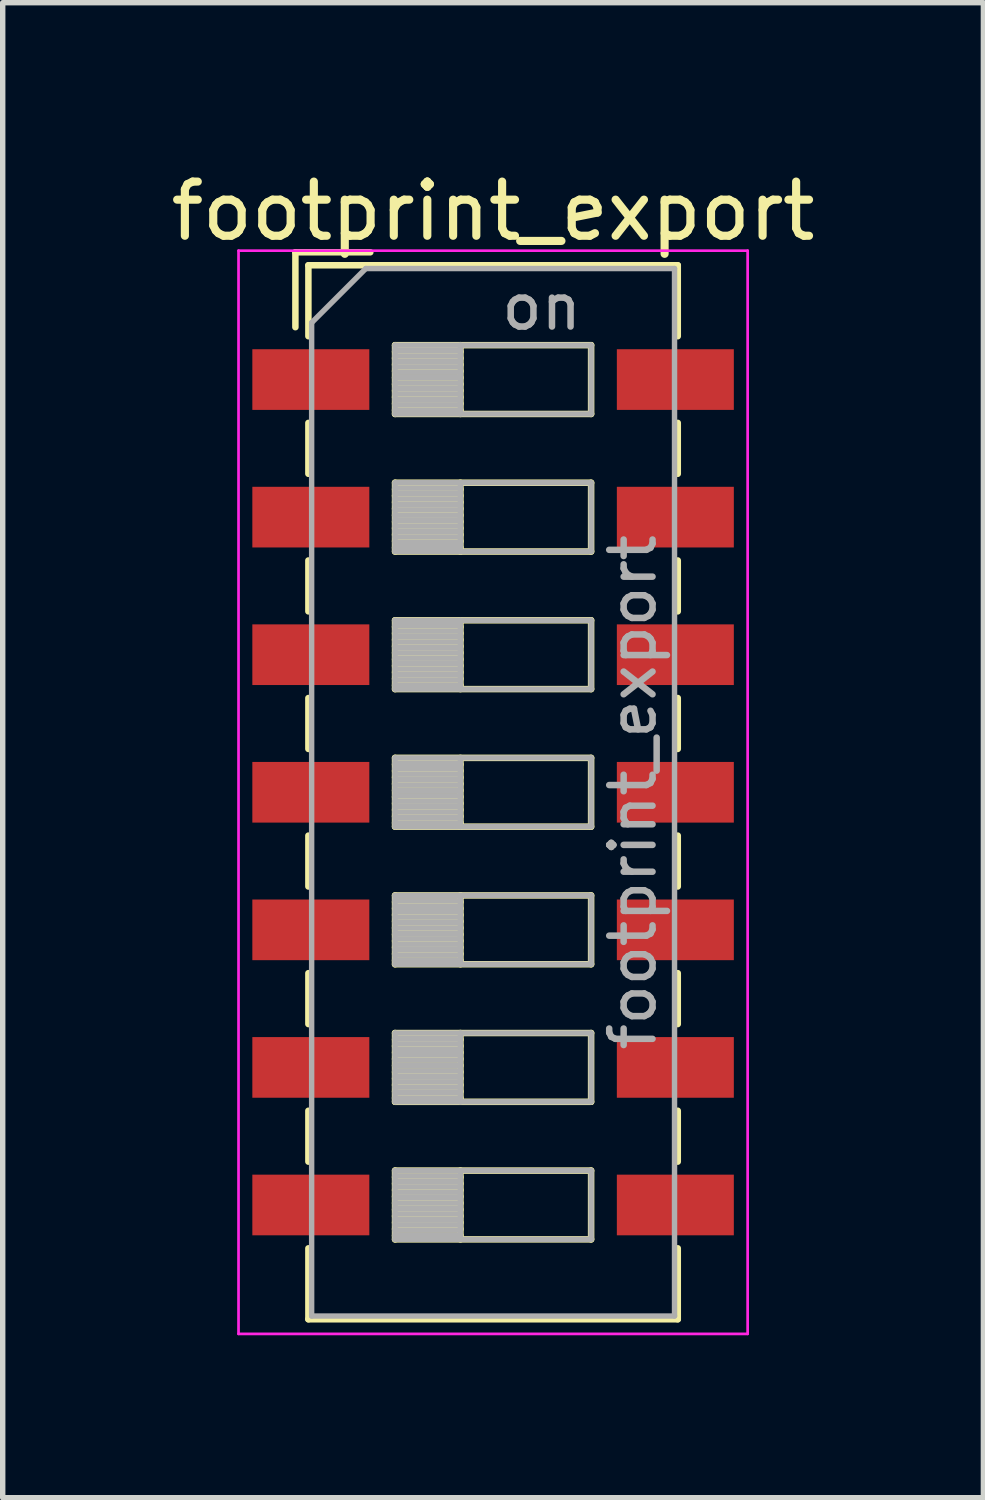
<source format=kicad_pcb>
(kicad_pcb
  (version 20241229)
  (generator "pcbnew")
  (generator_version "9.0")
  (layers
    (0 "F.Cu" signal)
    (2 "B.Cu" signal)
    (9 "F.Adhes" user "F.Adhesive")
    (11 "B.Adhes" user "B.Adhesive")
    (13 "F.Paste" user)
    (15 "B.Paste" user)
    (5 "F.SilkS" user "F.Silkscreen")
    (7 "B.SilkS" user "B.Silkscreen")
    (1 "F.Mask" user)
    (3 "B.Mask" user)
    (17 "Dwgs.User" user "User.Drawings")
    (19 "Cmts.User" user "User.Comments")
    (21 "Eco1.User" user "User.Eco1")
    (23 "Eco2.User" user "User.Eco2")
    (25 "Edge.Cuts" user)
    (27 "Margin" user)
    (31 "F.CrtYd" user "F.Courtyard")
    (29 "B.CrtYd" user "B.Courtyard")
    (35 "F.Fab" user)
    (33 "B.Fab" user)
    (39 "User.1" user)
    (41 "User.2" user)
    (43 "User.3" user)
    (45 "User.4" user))
  (footprint "footprint_export"
    (layer "F.Cu")
    (at 6.054 11.578)
    (property "Reference" "footprint_export" (at 0 -10.73 0) (layer "F.SilkS") (effects (font (size 1 1) (thickness 0.15))))
    (attr smd)
    (fp_line (start -3.65 -9.97) (end -3.65 -8.587) (stroke (width 0.12) (type solid)) (layer "F.SilkS"))
    (fp_line (start -3.65 -9.97) (end -2.267 -9.97) (stroke (width 0.12) (type solid)) (layer "F.SilkS"))
    (fp_line (start -3.41 -9.73) (end -3.41 -8.42) (stroke (width 0.12) (type solid)) (layer "F.SilkS"))
    (fp_line (start -3.41 -9.73) (end 3.41 -9.73) (stroke (width 0.12) (type solid)) (layer "F.SilkS"))
    (fp_line (start -3.41 -6.82) (end -3.41 -5.88) (stroke (width 0.12) (type solid)) (layer "F.SilkS"))
    (fp_line (start -3.41 -4.28) (end -3.41 -3.34) (stroke (width 0.12) (type solid)) (layer "F.SilkS"))
    (fp_line (start -3.41 -1.74) (end -3.41 -0.8) (stroke (width 0.12) (type solid)) (layer "F.SilkS"))
    (fp_line (start -3.41 0.8) (end -3.41 1.74) (stroke (width 0.12) (type solid)) (layer "F.SilkS"))
    (fp_line (start -3.41 3.34) (end -3.41 4.28) (stroke (width 0.12) (type solid)) (layer "F.SilkS"))
    (fp_line (start -3.41 5.88) (end -3.41 6.82) (stroke (width 0.12) (type solid)) (layer "F.SilkS"))
    (fp_line (start -3.41 8.42) (end -3.41 9.73) (stroke (width 0.12) (type solid)) (layer "F.SilkS"))
    (fp_line (start -3.41 9.73) (end 3.41 9.73) (stroke (width 0.12) (type solid)) (layer "F.SilkS"))
    (fp_line (start -1.81 -8.255) (end -1.81 -6.985) (stroke (width 0.12) (type solid)) (layer "F.SilkS"))
    (fp_line (start -1.81 -8.135) (end -0.603 -8.135) (stroke (width 0.12) (type solid)) (layer "F.SilkS"))
    (fp_line (start -1.81 -8.015) (end -0.603 -8.015) (stroke (width 0.12) (type solid)) (layer "F.SilkS"))
    (fp_line (start -1.81 -7.895) (end -0.603 -7.895) (stroke (width 0.12) (type solid)) (layer "F.SilkS"))
    (fp_line (start -1.81 -7.775) (end -0.603 -7.775) (stroke (width 0.12) (type solid)) (layer "F.SilkS"))
    (fp_line (start -1.81 -7.655) (end -0.603 -7.655) (stroke (width 0.12) (type solid)) (layer "F.SilkS"))
    (fp_line (start -1.81 -7.535) (end -0.603 -7.535) (stroke (width 0.12) (type solid)) (layer "F.SilkS"))
    (fp_line (start -1.81 -7.415) (end -0.603 -7.415) (stroke (width 0.12) (type solid)) (layer "F.SilkS"))
    (fp_line (start -1.81 -7.295) (end -0.603 -7.295) (stroke (width 0.12) (type solid)) (layer "F.SilkS"))
    (fp_line (start -1.81 -7.175) (end -0.603 -7.175) (stroke (width 0.12) (type solid)) (layer "F.SilkS"))
    (fp_line (start -1.81 -7.055) (end -0.603 -7.055) (stroke (width 0.12) (type solid)) (layer "F.SilkS"))
    (fp_line (start -1.81 -6.985) (end 1.81 -6.985) (stroke (width 0.12) (type solid)) (layer "F.SilkS"))
    (fp_line (start -1.81 -5.715) (end -1.81 -4.445) (stroke (width 0.12) (type solid)) (layer "F.SilkS"))
    (fp_line (start -1.81 -5.595) (end -0.603 -5.595) (stroke (width 0.12) (type solid)) (layer "F.SilkS"))
    (fp_line (start -1.81 -5.475) (end -0.603 -5.475) (stroke (width 0.12) (type solid)) (layer "F.SilkS"))
    (fp_line (start -1.81 -5.355) (end -0.603 -5.355) (stroke (width 0.12) (type solid)) (layer "F.SilkS"))
    (fp_line (start -1.81 -5.235) (end -0.603 -5.235) (stroke (width 0.12) (type solid)) (layer "F.SilkS"))
    (fp_line (start -1.81 -5.115) (end -0.603 -5.115) (stroke (width 0.12) (type solid)) (layer "F.SilkS"))
    (fp_line (start -1.81 -4.995) (end -0.603 -4.995) (stroke (width 0.12) (type solid)) (layer "F.SilkS"))
    (fp_line (start -1.81 -4.875) (end -0.603 -4.875) (stroke (width 0.12) (type solid)) (layer "F.SilkS"))
    (fp_line (start -1.81 -4.755) (end -0.603 -4.755) (stroke (width 0.12) (type solid)) (layer "F.SilkS"))
    (fp_line (start -1.81 -4.635) (end -0.603 -4.635) (stroke (width 0.12) (type solid)) (layer "F.SilkS"))
    (fp_line (start -1.81 -4.515) (end -0.603 -4.515) (stroke (width 0.12) (type solid)) (layer "F.SilkS"))
    (fp_line (start -1.81 -4.445) (end 1.81 -4.445) (stroke (width 0.12) (type solid)) (layer "F.SilkS"))
    (fp_line (start -1.81 -3.175) (end -1.81 -1.905) (stroke (width 0.12) (type solid)) (layer "F.SilkS"))
    (fp_line (start -1.81 -3.055) (end -0.603 -3.055) (stroke (width 0.12) (type solid)) (layer "F.SilkS"))
    (fp_line (start -1.81 -2.935) (end -0.603 -2.935) (stroke (width 0.12) (type solid)) (layer "F.SilkS"))
    (fp_line (start -1.81 -2.815) (end -0.603 -2.815) (stroke (width 0.12) (type solid)) (layer "F.SilkS"))
    (fp_line (start -1.81 -2.695) (end -0.603 -2.695) (stroke (width 0.12) (type solid)) (layer "F.SilkS"))
    (fp_line (start -1.81 -2.575) (end -0.603 -2.575) (stroke (width 0.12) (type solid)) (layer "F.SilkS"))
    (fp_line (start -1.81 -2.455) (end -0.603 -2.455) (stroke (width 0.12) (type solid)) (layer "F.SilkS"))
    (fp_line (start -1.81 -2.335) (end -0.603 -2.335) (stroke (width 0.12) (type solid)) (layer "F.SilkS"))
    (fp_line (start -1.81 -2.215) (end -0.603 -2.215) (stroke (width 0.12) (type solid)) (layer "F.SilkS"))
    (fp_line (start -1.81 -2.095) (end -0.603 -2.095) (stroke (width 0.12) (type solid)) (layer "F.SilkS"))
    (fp_line (start -1.81 -1.975) (end -0.603 -1.975) (stroke (width 0.12) (type solid)) (layer "F.SilkS"))
    (fp_line (start -1.81 -1.905) (end 1.81 -1.905) (stroke (width 0.12) (type solid)) (layer "F.SilkS"))
    (fp_line (start -1.81 -0.635) (end -1.81 0.635) (stroke (width 0.12) (type solid)) (layer "F.SilkS"))
    (fp_line (start -1.81 -0.515) (end -0.603 -0.515) (stroke (width 0.12) (type solid)) (layer "F.SilkS"))
    (fp_line (start -1.81 -0.395) (end -0.603 -0.395) (stroke (width 0.12) (type solid)) (layer "F.SilkS"))
    (fp_line (start -1.81 -0.275) (end -0.603 -0.275) (stroke (width 0.12) (type solid)) (layer "F.SilkS"))
    (fp_line (start -1.81 -0.155) (end -0.603 -0.155) (stroke (width 0.12) (type solid)) (layer "F.SilkS"))
    (fp_line (start -1.81 -0.035) (end -0.603 -0.035) (stroke (width 0.12) (type solid)) (layer "F.SilkS"))
    (fp_line (start -1.81 0.085) (end -0.603 0.085) (stroke (width 0.12) (type solid)) (layer "F.SilkS"))
    (fp_line (start -1.81 0.205) (end -0.603 0.205) (stroke (width 0.12) (type solid)) (layer "F.SilkS"))
    (fp_line (start -1.81 0.325) (end -0.603 0.325) (stroke (width 0.12) (type solid)) (layer "F.SilkS"))
    (fp_line (start -1.81 0.445) (end -0.603 0.445) (stroke (width 0.12) (type solid)) (layer "F.SilkS"))
    (fp_line (start -1.81 0.565) (end -0.603 0.565) (stroke (width 0.12) (type solid)) (layer "F.SilkS"))
    (fp_line (start -1.81 0.635) (end 1.81 0.635) (stroke (width 0.12) (type solid)) (layer "F.SilkS"))
    (fp_line (start -1.81 1.905) (end -1.81 3.175) (stroke (width 0.12) (type solid)) (layer "F.SilkS"))
    (fp_line (start -1.81 2.025) (end -0.603 2.025) (stroke (width 0.12) (type solid)) (layer "F.SilkS"))
    (fp_line (start -1.81 2.145) (end -0.603 2.145) (stroke (width 0.12) (type solid)) (layer "F.SilkS"))
    (fp_line (start -1.81 2.265) (end -0.603 2.265) (stroke (width 0.12) (type solid)) (layer "F.SilkS"))
    (fp_line (start -1.81 2.385) (end -0.603 2.385) (stroke (width 0.12) (type solid)) (layer "F.SilkS"))
    (fp_line (start -1.81 2.505) (end -0.603 2.505) (stroke (width 0.12) (type solid)) (layer "F.SilkS"))
    (fp_line (start -1.81 2.625) (end -0.603 2.625) (stroke (width 0.12) (type solid)) (layer "F.SilkS"))
    (fp_line (start -1.81 2.745) (end -0.603 2.745) (stroke (width 0.12) (type solid)) (layer "F.SilkS"))
    (fp_line (start -1.81 2.865) (end -0.603 2.865) (stroke (width 0.12) (type solid)) (layer "F.SilkS"))
    (fp_line (start -1.81 2.985) (end -0.603 2.985) (stroke (width 0.12) (type solid)) (layer "F.SilkS"))
    (fp_line (start -1.81 3.105) (end -0.603 3.105) (stroke (width 0.12) (type solid)) (layer "F.SilkS"))
    (fp_line (start -1.81 3.175) (end 1.81 3.175) (stroke (width 0.12) (type solid)) (layer "F.SilkS"))
    (fp_line (start -1.81 4.445) (end -1.81 5.715) (stroke (width 0.12) (type solid)) (layer "F.SilkS"))
    (fp_line (start -1.81 4.565) (end -0.603 4.565) (stroke (width 0.12) (type solid)) (layer "F.SilkS"))
    (fp_line (start -1.81 4.685) (end -0.603 4.685) (stroke (width 0.12) (type solid)) (layer "F.SilkS"))
    (fp_line (start -1.81 4.805) (end -0.603 4.805) (stroke (width 0.12) (type solid)) (layer "F.SilkS"))
    (fp_line (start -1.81 4.925) (end -0.603 4.925) (stroke (width 0.12) (type solid)) (layer "F.SilkS"))
    (fp_line (start -1.81 5.045) (end -0.603 5.045) (stroke (width 0.12) (type solid)) (layer "F.SilkS"))
    (fp_line (start -1.81 5.165) (end -0.603 5.165) (stroke (width 0.12) (type solid)) (layer "F.SilkS"))
    (fp_line (start -1.81 5.285) (end -0.603 5.285) (stroke (width 0.12) (type solid)) (layer "F.SilkS"))
    (fp_line (start -1.81 5.405) (end -0.603 5.405) (stroke (width 0.12) (type solid)) (layer "F.SilkS"))
    (fp_line (start -1.81 5.525) (end -0.603 5.525) (stroke (width 0.12) (type solid)) (layer "F.SilkS"))
    (fp_line (start -1.81 5.645) (end -0.603 5.645) (stroke (width 0.12) (type solid)) (layer "F.SilkS"))
    (fp_line (start -1.81 5.715) (end 1.81 5.715) (stroke (width 0.12) (type solid)) (layer "F.SilkS"))
    (fp_line (start -1.81 6.985) (end -1.81 8.255) (stroke (width 0.12) (type solid)) (layer "F.SilkS"))
    (fp_line (start -1.81 7.105) (end -0.603 7.105) (stroke (width 0.12) (type solid)) (layer "F.SilkS"))
    (fp_line (start -1.81 7.225) (end -0.603 7.225) (stroke (width 0.12) (type solid)) (layer "F.SilkS"))
    (fp_line (start -1.81 7.345) (end -0.603 7.345) (stroke (width 0.12) (type solid)) (layer "F.SilkS"))
    (fp_line (start -1.81 7.465) (end -0.603 7.465) (stroke (width 0.12) (type solid)) (layer "F.SilkS"))
    (fp_line (start -1.81 7.585) (end -0.603 7.585) (stroke (width 0.12) (type solid)) (layer "F.SilkS"))
    (fp_line (start -1.81 7.705) (end -0.603 7.705) (stroke (width 0.12) (type solid)) (layer "F.SilkS"))
    (fp_line (start -1.81 7.825) (end -0.603 7.825) (stroke (width 0.12) (type solid)) (layer "F.SilkS"))
    (fp_line (start -1.81 7.945) (end -0.603 7.945) (stroke (width 0.12) (type solid)) (layer "F.SilkS"))
    (fp_line (start -1.81 8.065) (end -0.603 8.065) (stroke (width 0.12) (type solid)) (layer "F.SilkS"))
    (fp_line (start -1.81 8.185) (end -0.603 8.185) (stroke (width 0.12) (type solid)) (layer "F.SilkS"))
    (fp_line (start -1.81 8.255) (end 1.81 8.255) (stroke (width 0.12) (type solid)) (layer "F.SilkS"))
    (fp_line (start -0.603 -8.255) (end -0.603 -6.985) (stroke (width 0.12) (type solid)) (layer "F.SilkS"))
    (fp_line (start -0.603 -5.715) (end -0.603 -4.445) (stroke (width 0.12) (type solid)) (layer "F.SilkS"))
    (fp_line (start -0.603 -3.175) (end -0.603 -1.905) (stroke (width 0.12) (type solid)) (layer "F.SilkS"))
    (fp_line (start -0.603 -0.635) (end -0.603 0.635) (stroke (width 0.12) (type solid)) (layer "F.SilkS"))
    (fp_line (start -0.603 1.905) (end -0.603 3.175) (stroke (width 0.12) (type solid)) (layer "F.SilkS"))
    (fp_line (start -0.603 4.445) (end -0.603 5.715) (stroke (width 0.12) (type solid)) (layer "F.SilkS"))
    (fp_line (start -0.603 6.985) (end -0.603 8.255) (stroke (width 0.12) (type solid)) (layer "F.SilkS"))
    (fp_line (start 1.81 -8.255) (end -1.81 -8.255) (stroke (width 0.12) (type solid)) (layer "F.SilkS"))
    (fp_line (start 1.81 -6.985) (end 1.81 -8.255) (stroke (width 0.12) (type solid)) (layer "F.SilkS"))
    (fp_line (start 1.81 -5.715) (end -1.81 -5.715) (stroke (width 0.12) (type solid)) (layer "F.SilkS"))
    (fp_line (start 1.81 -4.445) (end 1.81 -5.715) (stroke (width 0.12) (type solid)) (layer "F.SilkS"))
    (fp_line (start 1.81 -3.175) (end -1.81 -3.175) (stroke (width 0.12) (type solid)) (layer "F.SilkS"))
    (fp_line (start 1.81 -1.905) (end 1.81 -3.175) (stroke (width 0.12) (type solid)) (layer "F.SilkS"))
    (fp_line (start 1.81 -0.635) (end -1.81 -0.635) (stroke (width 0.12) (type solid)) (layer "F.SilkS"))
    (fp_line (start 1.81 0.635) (end 1.81 -0.635) (stroke (width 0.12) (type solid)) (layer "F.SilkS"))
    (fp_line (start 1.81 1.905) (end -1.81 1.905) (stroke (width 0.12) (type solid)) (layer "F.SilkS"))
    (fp_line (start 1.81 3.175) (end 1.81 1.905) (stroke (width 0.12) (type solid)) (layer "F.SilkS"))
    (fp_line (start 1.81 4.445) (end -1.81 4.445) (stroke (width 0.12) (type solid)) (layer "F.SilkS"))
    (fp_line (start 1.81 5.715) (end 1.81 4.445) (stroke (width 0.12) (type solid)) (layer "F.SilkS"))
    (fp_line (start 1.81 6.985) (end -1.81 6.985) (stroke (width 0.12) (type solid)) (layer "F.SilkS"))
    (fp_line (start 1.81 8.255) (end 1.81 6.985) (stroke (width 0.12) (type solid)) (layer "F.SilkS"))
    (fp_line (start 3.41 -9.73) (end 3.41 -8.42) (stroke (width 0.12) (type solid)) (layer "F.SilkS"))
    (fp_line (start 3.41 -6.82) (end 3.41 -5.88) (stroke (width 0.12) (type solid)) (layer "F.SilkS"))
    (fp_line (start 3.41 -4.28) (end 3.41 -3.34) (stroke (width 0.12) (type solid)) (layer "F.SilkS"))
    (fp_line (start 3.41 -1.74) (end 3.41 -0.8) (stroke (width 0.12) (type solid)) (layer "F.SilkS"))
    (fp_line (start 3.41 0.8) (end 3.41 1.74) (stroke (width 0.12) (type solid)) (layer "F.SilkS"))
    (fp_line (start 3.41 3.34) (end 3.41 4.28) (stroke (width 0.12) (type solid)) (layer "F.SilkS"))
    (fp_line (start 3.41 5.88) (end 3.41 6.82) (stroke (width 0.12) (type solid)) (layer "F.SilkS"))
    (fp_line (start 3.41 8.42) (end 3.41 9.73) (stroke (width 0.12) (type solid)) (layer "F.SilkS"))
    (fp_line (start -4.7 -10) (end -4.7 10) (stroke (width 0.05) (type solid)) (layer "F.CrtYd"))
    (fp_line (start -4.7 10) (end 4.7 10) (stroke (width 0.05) (type solid)) (layer "F.CrtYd"))
    (fp_line (start 4.7 -10) (end -4.7 -10) (stroke (width 0.05) (type solid)) (layer "F.CrtYd"))
    (fp_line (start 4.7 10) (end 4.7 -10) (stroke (width 0.05) (type solid)) (layer "F.CrtYd"))
    (fp_line (start -3.35 -8.67) (end -2.35 -9.67) (stroke (width 0.1) (type solid)) (layer "F.Fab"))
    (fp_line (start -3.35 9.67) (end -3.35 -8.67) (stroke (width 0.1) (type solid)) (layer "F.Fab"))
    (fp_line (start -2.35 -9.67) (end 3.35 -9.67) (stroke (width 0.1) (type solid)) (layer "F.Fab"))
    (fp_line (start -1.81 -8.255) (end -1.81 -6.985) (stroke (width 0.1) (type solid)) (layer "F.Fab"))
    (fp_line (start -1.81 -8.155) (end -0.603 -8.155) (stroke (width 0.1) (type solid)) (layer "F.Fab"))
    (fp_line (start -1.81 -8.055) (end -0.603 -8.055) (stroke (width 0.1) (type solid)) (layer "F.Fab"))
    (fp_line (start -1.81 -7.955) (end -0.603 -7.955) (stroke (width 0.1) (type solid)) (layer "F.Fab"))
    (fp_line (start -1.81 -7.855) (end -0.603 -7.855) (stroke (width 0.1) (type solid)) (layer "F.Fab"))
    (fp_line (start -1.81 -7.755) (end -0.603 -7.755) (stroke (width 0.1) (type solid)) (layer "F.Fab"))
    (fp_line (start -1.81 -7.655) (end -0.603 -7.655) (stroke (width 0.1) (type solid)) (layer "F.Fab"))
    (fp_line (start -1.81 -7.555) (end -0.603 -7.555) (stroke (width 0.1) (type solid)) (layer "F.Fab"))
    (fp_line (start -1.81 -7.455) (end -0.603 -7.455) (stroke (width 0.1) (type solid)) (layer "F.Fab"))
    (fp_line (start -1.81 -7.355) (end -0.603 -7.355) (stroke (width 0.1) (type solid)) (layer "F.Fab"))
    (fp_line (start -1.81 -7.255) (end -0.603 -7.255) (stroke (width 0.1) (type solid)) (layer "F.Fab"))
    (fp_line (start -1.81 -7.155) (end -0.603 -7.155) (stroke (width 0.1) (type solid)) (layer "F.Fab"))
    (fp_line (start -1.81 -7.055) (end -0.603 -7.055) (stroke (width 0.1) (type solid)) (layer "F.Fab"))
    (fp_line (start -1.81 -6.985) (end 1.81 -6.985) (stroke (width 0.1) (type solid)) (layer "F.Fab"))
    (fp_line (start -1.81 -5.715) (end -1.81 -4.445) (stroke (width 0.1) (type solid)) (layer "F.Fab"))
    (fp_line (start -1.81 -5.615) (end -0.603 -5.615) (stroke (width 0.1) (type solid)) (layer "F.Fab"))
    (fp_line (start -1.81 -5.515) (end -0.603 -5.515) (stroke (width 0.1) (type solid)) (layer "F.Fab"))
    (fp_line (start -1.81 -5.415) (end -0.603 -5.415) (stroke (width 0.1) (type solid)) (layer "F.Fab"))
    (fp_line (start -1.81 -5.315) (end -0.603 -5.315) (stroke (width 0.1) (type solid)) (layer "F.Fab"))
    (fp_line (start -1.81 -5.215) (end -0.603 -5.215) (stroke (width 0.1) (type solid)) (layer "F.Fab"))
    (fp_line (start -1.81 -5.115) (end -0.603 -5.115) (stroke (width 0.1) (type solid)) (layer "F.Fab"))
    (fp_line (start -1.81 -5.015) (end -0.603 -5.015) (stroke (width 0.1) (type solid)) (layer "F.Fab"))
    (fp_line (start -1.81 -4.915) (end -0.603 -4.915) (stroke (width 0.1) (type solid)) (layer "F.Fab"))
    (fp_line (start -1.81 -4.815) (end -0.603 -4.815) (stroke (width 0.1) (type solid)) (layer "F.Fab"))
    (fp_line (start -1.81 -4.715) (end -0.603 -4.715) (stroke (width 0.1) (type solid)) (layer "F.Fab"))
    (fp_line (start -1.81 -4.615) (end -0.603 -4.615) (stroke (width 0.1) (type solid)) (layer "F.Fab"))
    (fp_line (start -1.81 -4.515) (end -0.603 -4.515) (stroke (width 0.1) (type solid)) (layer "F.Fab"))
    (fp_line (start -1.81 -4.445) (end 1.81 -4.445) (stroke (width 0.1) (type solid)) (layer "F.Fab"))
    (fp_line (start -1.81 -3.175) (end -1.81 -1.905) (stroke (width 0.1) (type solid)) (layer "F.Fab"))
    (fp_line (start -1.81 -3.075) (end -0.603 -3.075) (stroke (width 0.1) (type solid)) (layer "F.Fab"))
    (fp_line (start -1.81 -2.975) (end -0.603 -2.975) (stroke (width 0.1) (type solid)) (layer "F.Fab"))
    (fp_line (start -1.81 -2.875) (end -0.603 -2.875) (stroke (width 0.1) (type solid)) (layer "F.Fab"))
    (fp_line (start -1.81 -2.775) (end -0.603 -2.775) (stroke (width 0.1) (type solid)) (layer "F.Fab"))
    (fp_line (start -1.81 -2.675) (end -0.603 -2.675) (stroke (width 0.1) (type solid)) (layer "F.Fab"))
    (fp_line (start -1.81 -2.575) (end -0.603 -2.575) (stroke (width 0.1) (type solid)) (layer "F.Fab"))
    (fp_line (start -1.81 -2.475) (end -0.603 -2.475) (stroke (width 0.1) (type solid)) (layer "F.Fab"))
    (fp_line (start -1.81 -2.375) (end -0.603 -2.375) (stroke (width 0.1) (type solid)) (layer "F.Fab"))
    (fp_line (start -1.81 -2.275) (end -0.603 -2.275) (stroke (width 0.1) (type solid)) (layer "F.Fab"))
    (fp_line (start -1.81 -2.175) (end -0.603 -2.175) (stroke (width 0.1) (type solid)) (layer "F.Fab"))
    (fp_line (start -1.81 -2.075) (end -0.603 -2.075) (stroke (width 0.1) (type solid)) (layer "F.Fab"))
    (fp_line (start -1.81 -1.975) (end -0.603 -1.975) (stroke (width 0.1) (type solid)) (layer "F.Fab"))
    (fp_line (start -1.81 -1.905) (end 1.81 -1.905) (stroke (width 0.1) (type solid)) (layer "F.Fab"))
    (fp_line (start -1.81 -0.635) (end -1.81 0.635) (stroke (width 0.1) (type solid)) (layer "F.Fab"))
    (fp_line (start -1.81 -0.535) (end -0.603 -0.535) (stroke (width 0.1) (type solid)) (layer "F.Fab"))
    (fp_line (start -1.81 -0.435) (end -0.603 -0.435) (stroke (width 0.1) (type solid)) (layer "F.Fab"))
    (fp_line (start -1.81 -0.335) (end -0.603 -0.335) (stroke (width 0.1) (type solid)) (layer "F.Fab"))
    (fp_line (start -1.81 -0.235) (end -0.603 -0.235) (stroke (width 0.1) (type solid)) (layer "F.Fab"))
    (fp_line (start -1.81 -0.135) (end -0.603 -0.135) (stroke (width 0.1) (type solid)) (layer "F.Fab"))
    (fp_line (start -1.81 -0.035) (end -0.603 -0.035) (stroke (width 0.1) (type solid)) (layer "F.Fab"))
    (fp_line (start -1.81 0.065) (end -0.603 0.065) (stroke (width 0.1) (type solid)) (layer "F.Fab"))
    (fp_line (start -1.81 0.165) (end -0.603 0.165) (stroke (width 0.1) (type solid)) (layer "F.Fab"))
    (fp_line (start -1.81 0.265) (end -0.603 0.265) (stroke (width 0.1) (type solid)) (layer "F.Fab"))
    (fp_line (start -1.81 0.365) (end -0.603 0.365) (stroke (width 0.1) (type solid)) (layer "F.Fab"))
    (fp_line (start -1.81 0.465) (end -0.603 0.465) (stroke (width 0.1) (type solid)) (layer "F.Fab"))
    (fp_line (start -1.81 0.565) (end -0.603 0.565) (stroke (width 0.1) (type solid)) (layer "F.Fab"))
    (fp_line (start -1.81 0.635) (end 1.81 0.635) (stroke (width 0.1) (type solid)) (layer "F.Fab"))
    (fp_line (start -1.81 1.905) (end -1.81 3.175) (stroke (width 0.1) (type solid)) (layer "F.Fab"))
    (fp_line (start -1.81 2.005) (end -0.603 2.005) (stroke (width 0.1) (type solid)) (layer "F.Fab"))
    (fp_line (start -1.81 2.105) (end -0.603 2.105) (stroke (width 0.1) (type solid)) (layer "F.Fab"))
    (fp_line (start -1.81 2.205) (end -0.603 2.205) (stroke (width 0.1) (type solid)) (layer "F.Fab"))
    (fp_line (start -1.81 2.305) (end -0.603 2.305) (stroke (width 0.1) (type solid)) (layer "F.Fab"))
    (fp_line (start -1.81 2.405) (end -0.603 2.405) (stroke (width 0.1) (type solid)) (layer "F.Fab"))
    (fp_line (start -1.81 2.505) (end -0.603 2.505) (stroke (width 0.1) (type solid)) (layer "F.Fab"))
    (fp_line (start -1.81 2.605) (end -0.603 2.605) (stroke (width 0.1) (type solid)) (layer "F.Fab"))
    (fp_line (start -1.81 2.705) (end -0.603 2.705) (stroke (width 0.1) (type solid)) (layer "F.Fab"))
    (fp_line (start -1.81 2.805) (end -0.603 2.805) (stroke (width 0.1) (type solid)) (layer "F.Fab"))
    (fp_line (start -1.81 2.905) (end -0.603 2.905) (stroke (width 0.1) (type solid)) (layer "F.Fab"))
    (fp_line (start -1.81 3.005) (end -0.603 3.005) (stroke (width 0.1) (type solid)) (layer "F.Fab"))
    (fp_line (start -1.81 3.105) (end -0.603 3.105) (stroke (width 0.1) (type solid)) (layer "F.Fab"))
    (fp_line (start -1.81 3.175) (end 1.81 3.175) (stroke (width 0.1) (type solid)) (layer "F.Fab"))
    (fp_line (start -1.81 4.445) (end -1.81 5.715) (stroke (width 0.1) (type solid)) (layer "F.Fab"))
    (fp_line (start -1.81 4.545) (end -0.603 4.545) (stroke (width 0.1) (type solid)) (layer "F.Fab"))
    (fp_line (start -1.81 4.645) (end -0.603 4.645) (stroke (width 0.1) (type solid)) (layer "F.Fab"))
    (fp_line (start -1.81 4.745) (end -0.603 4.745) (stroke (width 0.1) (type solid)) (layer "F.Fab"))
    (fp_line (start -1.81 4.845) (end -0.603 4.845) (stroke (width 0.1) (type solid)) (layer "F.Fab"))
    (fp_line (start -1.81 4.945) (end -0.603 4.945) (stroke (width 0.1) (type solid)) (layer "F.Fab"))
    (fp_line (start -1.81 5.045) (end -0.603 5.045) (stroke (width 0.1) (type solid)) (layer "F.Fab"))
    (fp_line (start -1.81 5.145) (end -0.603 5.145) (stroke (width 0.1) (type solid)) (layer "F.Fab"))
    (fp_line (start -1.81 5.245) (end -0.603 5.245) (stroke (width 0.1) (type solid)) (layer "F.Fab"))
    (fp_line (start -1.81 5.345) (end -0.603 5.345) (stroke (width 0.1) (type solid)) (layer "F.Fab"))
    (fp_line (start -1.81 5.445) (end -0.603 5.445) (stroke (width 0.1) (type solid)) (layer "F.Fab"))
    (fp_line (start -1.81 5.545) (end -0.603 5.545) (stroke (width 0.1) (type solid)) (layer "F.Fab"))
    (fp_line (start -1.81 5.645) (end -0.603 5.645) (stroke (width 0.1) (type solid)) (layer "F.Fab"))
    (fp_line (start -1.81 5.715) (end 1.81 5.715) (stroke (width 0.1) (type solid)) (layer "F.Fab"))
    (fp_line (start -1.81 6.985) (end -1.81 8.255) (stroke (width 0.1) (type solid)) (layer "F.Fab"))
    (fp_line (start -1.81 7.085) (end -0.603 7.085) (stroke (width 0.1) (type solid)) (layer "F.Fab"))
    (fp_line (start -1.81 7.185) (end -0.603 7.185) (stroke (width 0.1) (type solid)) (layer "F.Fab"))
    (fp_line (start -1.81 7.285) (end -0.603 7.285) (stroke (width 0.1) (type solid)) (layer "F.Fab"))
    (fp_line (start -1.81 7.385) (end -0.603 7.385) (stroke (width 0.1) (type solid)) (layer "F.Fab"))
    (fp_line (start -1.81 7.485) (end -0.603 7.485) (stroke (width 0.1) (type solid)) (layer "F.Fab"))
    (fp_line (start -1.81 7.585) (end -0.603 7.585) (stroke (width 0.1) (type solid)) (layer "F.Fab"))
    (fp_line (start -1.81 7.685) (end -0.603 7.685) (stroke (width 0.1) (type solid)) (layer "F.Fab"))
    (fp_line (start -1.81 7.785) (end -0.603 7.785) (stroke (width 0.1) (type solid)) (layer "F.Fab"))
    (fp_line (start -1.81 7.885) (end -0.603 7.885) (stroke (width 0.1) (type solid)) (layer "F.Fab"))
    (fp_line (start -1.81 7.985) (end -0.603 7.985) (stroke (width 0.1) (type solid)) (layer "F.Fab"))
    (fp_line (start -1.81 8.085) (end -0.603 8.085) (stroke (width 0.1) (type solid)) (layer "F.Fab"))
    (fp_line (start -1.81 8.185) (end -0.603 8.185) (stroke (width 0.1) (type solid)) (layer "F.Fab"))
    (fp_line (start -1.81 8.255) (end 1.81 8.255) (stroke (width 0.1) (type solid)) (layer "F.Fab"))
    (fp_line (start -0.603 -8.255) (end -0.603 -6.985) (stroke (width 0.1) (type solid)) (layer "F.Fab"))
    (fp_line (start -0.603 -5.715) (end -0.603 -4.445) (stroke (width 0.1) (type solid)) (layer "F.Fab"))
    (fp_line (start -0.603 -3.175) (end -0.603 -1.905) (stroke (width 0.1) (type solid)) (layer "F.Fab"))
    (fp_line (start -0.603 -0.635) (end -0.603 0.635) (stroke (width 0.1) (type solid)) (layer "F.Fab"))
    (fp_line (start -0.603 1.905) (end -0.603 3.175) (stroke (width 0.1) (type solid)) (layer "F.Fab"))
    (fp_line (start -0.603 4.445) (end -0.603 5.715) (stroke (width 0.1) (type solid)) (layer "F.Fab"))
    (fp_line (start -0.603 6.985) (end -0.603 8.255) (stroke (width 0.1) (type solid)) (layer "F.Fab"))
    (fp_line (start 1.81 -8.255) (end -1.81 -8.255) (stroke (width 0.1) (type solid)) (layer "F.Fab"))
    (fp_line (start 1.81 -6.985) (end 1.81 -8.255) (stroke (width 0.1) (type solid)) (layer "F.Fab"))
    (fp_line (start 1.81 -5.715) (end -1.81 -5.715) (stroke (width 0.1) (type solid)) (layer "F.Fab"))
    (fp_line (start 1.81 -4.445) (end 1.81 -5.715) (stroke (width 0.1) (type solid)) (layer "F.Fab"))
    (fp_line (start 1.81 -3.175) (end -1.81 -3.175) (stroke (width 0.1) (type solid)) (layer "F.Fab"))
    (fp_line (start 1.81 -1.905) (end 1.81 -3.175) (stroke (width 0.1) (type solid)) (layer "F.Fab"))
    (fp_line (start 1.81 -0.635) (end -1.81 -0.635) (stroke (width 0.1) (type solid)) (layer "F.Fab"))
    (fp_line (start 1.81 0.635) (end 1.81 -0.635) (stroke (width 0.1) (type solid)) (layer "F.Fab"))
    (fp_line (start 1.81 1.905) (end -1.81 1.905) (stroke (width 0.1) (type solid)) (layer "F.Fab"))
    (fp_line (start 1.81 3.175) (end 1.81 1.905) (stroke (width 0.1) (type solid)) (layer "F.Fab"))
    (fp_line (start 1.81 4.445) (end -1.81 4.445) (stroke (width 0.1) (type solid)) (layer "F.Fab"))
    (fp_line (start 1.81 5.715) (end 1.81 4.445) (stroke (width 0.1) (type solid)) (layer "F.Fab"))
    (fp_line (start 1.81 6.985) (end -1.81 6.985) (stroke (width 0.1) (type solid)) (layer "F.Fab"))
    (fp_line (start 1.81 8.255) (end 1.81 6.985) (stroke (width 0.1) (type solid)) (layer "F.Fab"))
    (fp_line (start 3.35 -9.67) (end 3.35 9.67) (stroke (width 0.1) (type solid)) (layer "F.Fab"))
    (fp_line (start 3.35 9.67) (end -3.35 9.67) (stroke (width 0.1) (type solid)) (layer "F.Fab"))
    (fp_text user "${REFERENCE}" (at 2.58 0 90) (layer "F.Fab") (effects (font (size 0.8 0.8) (thickness 0.12))))
    (fp_text user "on" (at 0.897 -8.963 0) (layer "F.Fab") (effects (font (size 0.8 0.8) (thickness 0.12))))
    (pad "1" smd rect (at -3.365 -7.62) (size 2.16 1.12) (layers "F.Cu" "F.Mask" "F.Paste"))
    (pad "2" smd rect (at -3.365 -5.08) (size 2.16 1.12) (layers "F.Cu" "F.Mask" "F.Paste"))
    (pad "3" smd rect (at -3.365 -2.54) (size 2.16 1.12) (layers "F.Cu" "F.Mask" "F.Paste"))
    (pad "4" smd rect (at -3.365 0) (size 2.16 1.12) (layers "F.Cu" "F.Mask" "F.Paste"))
    (pad "5" smd rect (at -3.365 2.54) (size 2.16 1.12) (layers "F.Cu" "F.Mask" "F.Paste"))
    (pad "6" smd rect (at -3.365 5.08) (size 2.16 1.12) (layers "F.Cu" "F.Mask" "F.Paste"))
    (pad "7" smd rect (at -3.365 7.62) (size 2.16 1.12) (layers "F.Cu" "F.Mask" "F.Paste"))
    (pad "8" smd rect (at 3.365 7.62) (size 2.16 1.12) (layers "F.Cu" "F.Mask" "F.Paste"))
    (pad "9" smd rect (at 3.365 5.08) (size 2.16 1.12) (layers "F.Cu" "F.Mask" "F.Paste"))
    (pad "10" smd rect (at 3.365 2.54) (size 2.16 1.12) (layers "F.Cu" "F.Mask" "F.Paste"))
    (pad "11" smd rect (at 3.365 0) (size 2.16 1.12) (layers "F.Cu" "F.Mask" "F.Paste"))
    (pad "12" smd rect (at 3.365 -2.54) (size 2.16 1.12) (layers "F.Cu" "F.Mask" "F.Paste"))
    (pad "13" smd rect (at 3.365 -5.08) (size 2.16 1.12) (layers "F.Cu" "F.Mask" "F.Paste"))
    (pad "14" smd rect (at 3.365 -7.62) (size 2.16 1.12) (layers "F.Cu" "F.Mask" "F.Paste")))
  (gr_rect
    (start -3 -3)
    (end 15.107 24.603)
    (stroke (width 0.1) (type default))
    (fill no)
    (layer "Edge.Cuts")))
</source>
